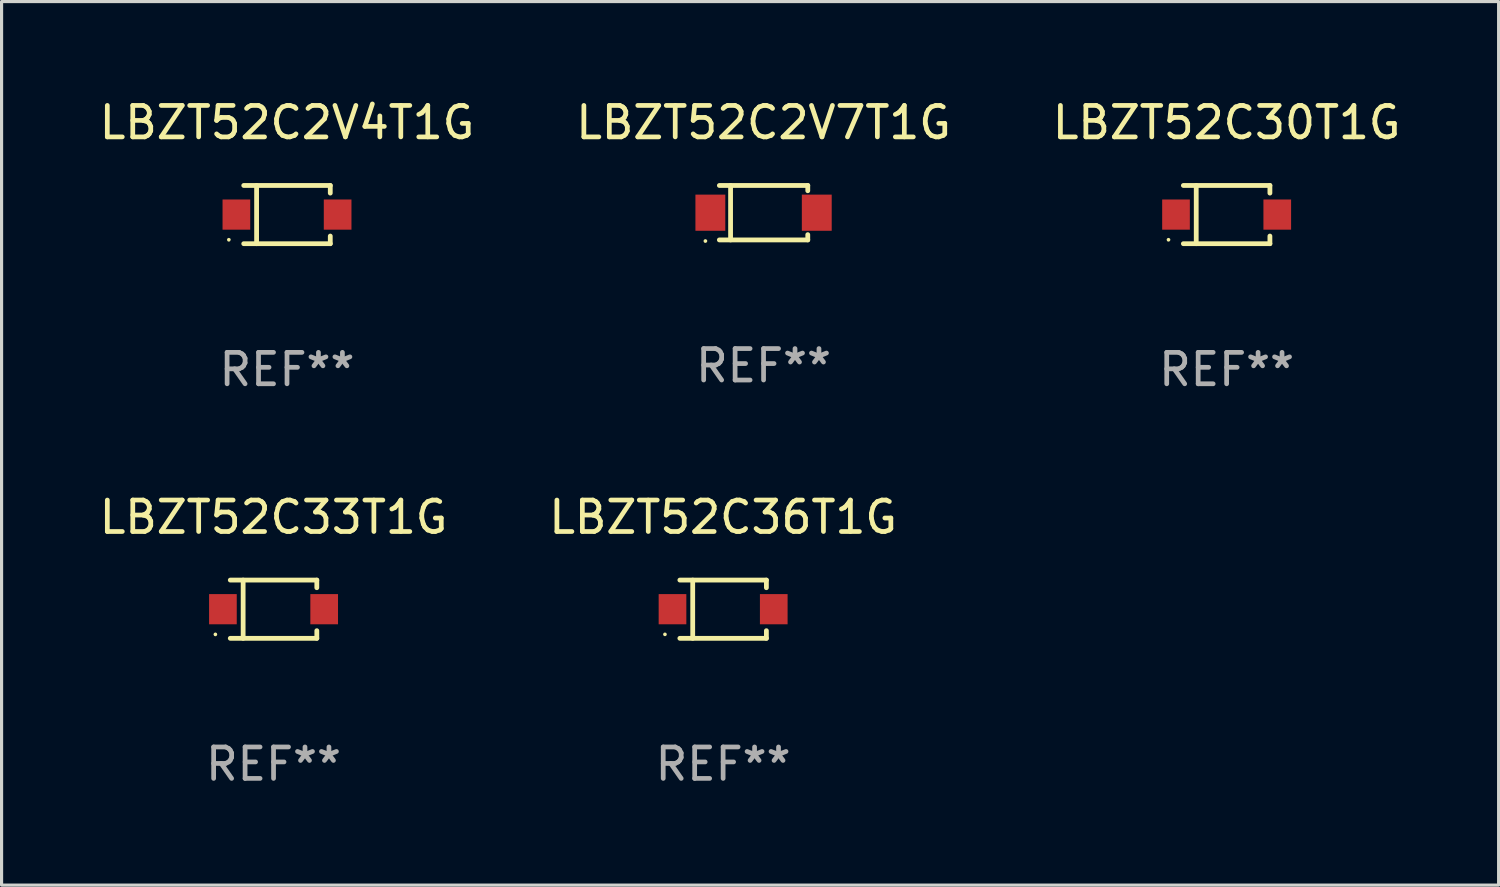
<source format=kicad_pcb>
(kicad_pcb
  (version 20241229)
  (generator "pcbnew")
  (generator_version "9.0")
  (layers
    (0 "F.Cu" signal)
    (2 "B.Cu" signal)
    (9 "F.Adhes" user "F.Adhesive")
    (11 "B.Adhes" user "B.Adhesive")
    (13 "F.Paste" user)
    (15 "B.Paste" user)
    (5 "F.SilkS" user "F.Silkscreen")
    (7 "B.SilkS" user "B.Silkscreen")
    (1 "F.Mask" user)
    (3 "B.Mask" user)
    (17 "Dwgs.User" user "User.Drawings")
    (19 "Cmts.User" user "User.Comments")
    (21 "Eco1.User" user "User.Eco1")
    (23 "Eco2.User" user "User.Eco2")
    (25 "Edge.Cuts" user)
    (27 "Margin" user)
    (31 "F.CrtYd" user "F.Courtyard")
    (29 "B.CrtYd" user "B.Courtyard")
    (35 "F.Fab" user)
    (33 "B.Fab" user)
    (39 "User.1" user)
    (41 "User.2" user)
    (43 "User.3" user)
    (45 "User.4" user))
  (footprint "LBZT52C36T1G"
    (layer "F.Cu")
    (at 19.946 16.323)
    (property "Reference" "LBZT52C36T1G" (at 0 -2.926 0) (layer "F.SilkS") (effects (font (size 1 1) (thickness 0.15))))
    (attr through_hole)
    (fp_line (start -1.376 -0.926) (end 1.376 -0.926) (stroke (width 0.152) (type solid)) (layer "F.SilkS"))
    (fp_line (start -1.376 0.926) (end 1.376 0.926) (stroke (width 0.152) (type solid)) (layer "F.SilkS"))
    (fp_line (start -0.967 -0.926) (end -0.967 0.926) (stroke (width 0.152) (type solid)) (layer "F.SilkS"))
    (fp_line (start 1.376 -0.926) (end 1.376 -0.683) (stroke (width 0.152) (type solid)) (layer "F.SilkS"))
    (fp_line (start 1.376 0.926) (end 1.376 0.683) (stroke (width 0.152) (type solid)) (layer "F.SilkS"))
    (fp_circle (center -1.85 0.8) (end -1.82 0.8) (stroke (width 0.06) (type solid)) (fill no) (layer "F.SilkS"))
    (fp_text user "REF**" (at 0 4.926 0) (layer "F.Fab") (effects (font (size 1 1) (thickness 0.15))))
    (pad "1" smd rect (at -1.61 0) (size 0.88 0.96) (layers "F.Cu" "F.Mask" "F.Paste"))
    (pad "2" smd rect (at 1.61 0) (size 0.88 0.96) (layers "F.Cu" "F.Mask" "F.Paste")))
  (footprint "LBZT52C2V7T1G"
    (layer "F.Cu")
    (at 21.232 3.714)
    (property "Reference" "LBZT52C2V7T1G" (at 0 -2.866 0) (layer "F.SilkS") (effects (font (size 1 1) (thickness 0.15))))
    (attr through_hole)
    (fp_line (start -1.406 -0.866) (end 1.406 -0.866) (stroke (width 0.152) (type solid)) (layer "F.SilkS"))
    (fp_line (start -1.406 0.866) (end 1.406 0.866) (stroke (width 0.152) (type solid)) (layer "F.SilkS"))
    (fp_line (start -1.049 -0.866) (end -1.049 0.866) (stroke (width 0.152) (type solid)) (layer "F.SilkS"))
    (fp_line (start 1.406 -0.866) (end 1.406 -0.698) (stroke (width 0.152) (type solid)) (layer "F.SilkS"))
    (fp_line (start 1.406 0.866) (end 1.406 0.698) (stroke (width 0.152) (type solid)) (layer "F.SilkS"))
    (fp_circle (center -1.851 0.9) (end -1.821 0.9) (stroke (width 0.06) (type solid)) (fill no) (layer "F.SilkS"))
    (fp_text user "REF**" (at 0 4.866 0) (layer "F.Fab") (effects (font (size 1 1) (thickness 0.15))))
    (pad "1" smd rect (at -1.692 0) (size 0.95 1.15) (layers "F.Cu" "F.Mask" "F.Paste"))
    (pad "2" smd rect (at 1.692 0) (size 0.95 1.15) (layers "F.Cu" "F.Mask" "F.Paste")))
  (footprint "LBZT52C30T1G"
    (layer "F.Cu")
    (at 35.958 3.774)
    (property "Reference" "LBZT52C30T1G" (at 0 -2.926 0) (layer "F.SilkS") (effects (font (size 1 1) (thickness 0.15))))
    (attr through_hole)
    (fp_line (start -1.376 -0.926) (end 1.376 -0.926) (stroke (width 0.152) (type solid)) (layer "F.SilkS"))
    (fp_line (start -1.376 0.926) (end 1.376 0.926) (stroke (width 0.152) (type solid)) (layer "F.SilkS"))
    (fp_line (start -0.967 -0.926) (end -0.967 0.926) (stroke (width 0.152) (type solid)) (layer "F.SilkS"))
    (fp_line (start 1.376 -0.926) (end 1.376 -0.683) (stroke (width 0.152) (type solid)) (layer "F.SilkS"))
    (fp_line (start 1.376 0.926) (end 1.376 0.683) (stroke (width 0.152) (type solid)) (layer "F.SilkS"))
    (fp_circle (center -1.85 0.8) (end -1.82 0.8) (stroke (width 0.06) (type solid)) (fill no) (layer "F.SilkS"))
    (fp_text user "REF**" (at 0 4.926 0) (layer "F.Fab") (effects (font (size 1 1) (thickness 0.15))))
    (pad "1" smd rect (at -1.61 0) (size 0.88 0.96) (layers "F.Cu" "F.Mask" "F.Paste"))
    (pad "2" smd rect (at 1.61 0) (size 0.88 0.96) (layers "F.Cu" "F.Mask" "F.Paste")))
  (footprint "LBZT52C33T1G"
    (layer "F.Cu")
    (at 5.649 16.323)
    (property "Reference" "LBZT52C33T1G" (at 0 -2.926 0) (layer "F.SilkS") (effects (font (size 1 1) (thickness 0.15))))
    (attr through_hole)
    (fp_line (start -1.376 -0.926) (end 1.376 -0.926) (stroke (width 0.152) (type solid)) (layer "F.SilkS"))
    (fp_line (start -1.376 0.926) (end 1.376 0.926) (stroke (width 0.152) (type solid)) (layer "F.SilkS"))
    (fp_line (start -0.967 -0.926) (end -0.967 0.926) (stroke (width 0.152) (type solid)) (layer "F.SilkS"))
    (fp_line (start 1.376 -0.926) (end 1.376 -0.683) (stroke (width 0.152) (type solid)) (layer "F.SilkS"))
    (fp_line (start 1.376 0.926) (end 1.376 0.683) (stroke (width 0.152) (type solid)) (layer "F.SilkS"))
    (fp_circle (center -1.85 0.8) (end -1.82 0.8) (stroke (width 0.06) (type solid)) (fill no) (layer "F.SilkS"))
    (fp_text user "REF**" (at 0 4.926 0) (layer "F.Fab") (effects (font (size 1 1) (thickness 0.15))))
    (pad "1" smd rect (at -1.61 0) (size 0.88 0.96) (layers "F.Cu" "F.Mask" "F.Paste"))
    (pad "2" smd rect (at 1.61 0) (size 0.88 0.96) (layers "F.Cu" "F.Mask" "F.Paste")))
  (footprint "LBZT52C2V4T1G"
    (layer "F.Cu")
    (at 6.077 3.774)
    (property "Reference" "LBZT52C2V4T1G" (at 0 -2.926 0) (layer "F.SilkS") (effects (font (size 1 1) (thickness 0.15))))
    (attr through_hole)
    (fp_line (start -1.376 -0.926) (end 1.376 -0.926) (stroke (width 0.152) (type solid)) (layer "F.SilkS"))
    (fp_line (start -1.376 0.926) (end 1.376 0.926) (stroke (width 0.152) (type solid)) (layer "F.SilkS"))
    (fp_line (start -0.967 -0.926) (end -0.967 0.926) (stroke (width 0.152) (type solid)) (layer "F.SilkS"))
    (fp_line (start 1.376 -0.926) (end 1.376 -0.683) (stroke (width 0.152) (type solid)) (layer "F.SilkS"))
    (fp_line (start 1.376 0.926) (end 1.376 0.683) (stroke (width 0.152) (type solid)) (layer "F.SilkS"))
    (fp_circle (center -1.85 0.8) (end -1.82 0.8) (stroke (width 0.06) (type solid)) (fill no) (layer "F.SilkS"))
    (fp_text user "REF**" (at 0 4.926 0) (layer "F.Fab") (effects (font (size 1 1) (thickness 0.15))))
    (pad "1" smd rect (at -1.61 0) (size 0.88 0.96) (layers "F.Cu" "F.Mask" "F.Paste"))
    (pad "2" smd rect (at 1.61 0) (size 0.88 0.96) (layers "F.Cu" "F.Mask" "F.Paste")))
  (gr_rect
    (start -3 -3)
    (end 44.607 25.098)
    (stroke (width 0.1) (type default))
    (fill no)
    (layer "Edge.Cuts")))
</source>
